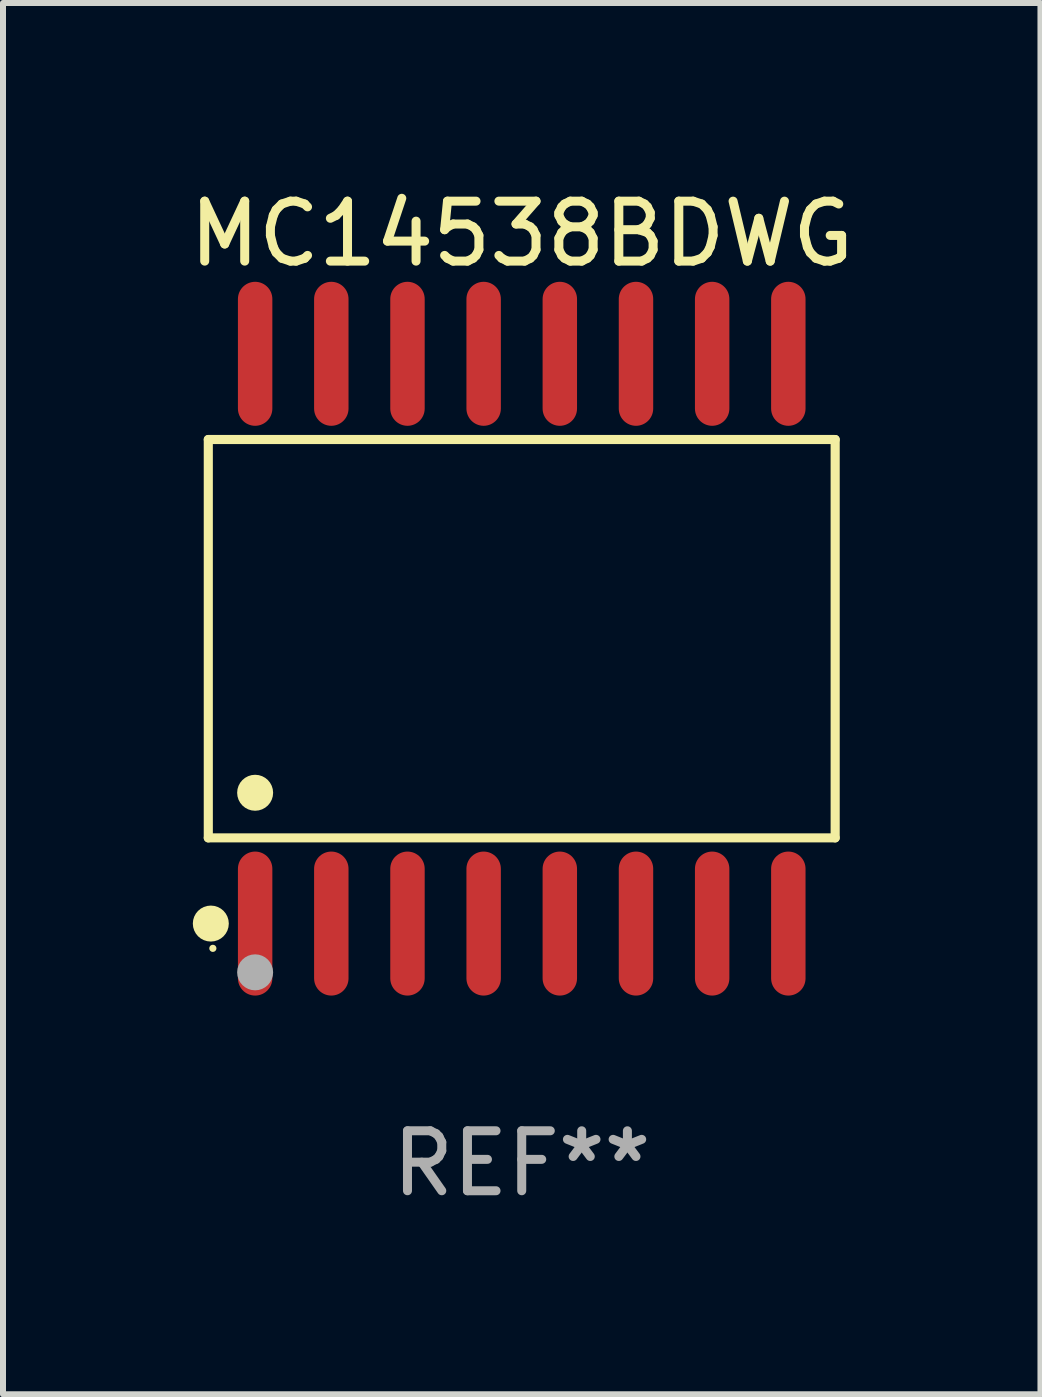
<source format=kicad_pcb>
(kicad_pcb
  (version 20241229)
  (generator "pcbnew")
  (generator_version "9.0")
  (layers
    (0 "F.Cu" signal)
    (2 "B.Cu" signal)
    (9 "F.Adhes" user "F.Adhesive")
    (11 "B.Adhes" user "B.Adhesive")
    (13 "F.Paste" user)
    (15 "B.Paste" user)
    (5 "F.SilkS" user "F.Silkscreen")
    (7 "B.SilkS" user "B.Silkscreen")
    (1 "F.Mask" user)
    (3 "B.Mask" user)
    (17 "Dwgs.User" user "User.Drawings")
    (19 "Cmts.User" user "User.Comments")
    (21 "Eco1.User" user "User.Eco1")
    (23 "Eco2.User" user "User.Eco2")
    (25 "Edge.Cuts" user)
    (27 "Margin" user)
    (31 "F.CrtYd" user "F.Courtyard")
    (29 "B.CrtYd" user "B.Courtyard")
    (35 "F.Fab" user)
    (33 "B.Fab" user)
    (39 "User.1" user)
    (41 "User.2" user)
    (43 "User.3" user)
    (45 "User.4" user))
  (footprint "MC14538BDWG"
    (layer "F.Cu")
    (at 5.649 7.599)
    (property "Reference" "MC14538BDWG" (at 0 -6.75 0) (layer "F.SilkS") (effects (font (size 1 1) (thickness 0.15))))
    (attr through_hole)
    (fp_line (start -5.226 -3.321) (end 5.226 -3.321) (stroke (width 0.152) (type solid)) (layer "F.SilkS"))
    (fp_line (start -5.226 3.321) (end -5.226 -3.321) (stroke (width 0.152) (type solid)) (layer "F.SilkS"))
    (fp_line (start 5.226 -3.321) (end 5.226 3.321) (stroke (width 0.152) (type solid)) (layer "F.SilkS"))
    (fp_line (start 5.226 3.321) (end -5.226 3.321) (stroke (width 0.152) (type solid)) (layer "F.SilkS"))
    (fp_circle (center -5.184 4.75) (end -5.034 4.75) (stroke (width 0.3) (type solid)) (fill no) (layer "F.SilkS"))
    (fp_circle (center -5.15 5.163) (end -5.12 5.163) (stroke (width 0.06) (type solid)) (fill no) (layer "F.SilkS"))
    (fp_circle (center -4.445 2.569) (end -4.295 2.569) (stroke (width 0.3) (type solid)) (fill no) (layer "F.SilkS"))
    (fp_circle (center -4.445 5.563) (end -4.295 5.563) (stroke (width 0.3) (type solid)) (fill no) (layer "F.Fab"))
    (fp_text user "REF**" (at 0 8.75 0) (layer "F.Fab") (effects (font (size 1 1) (thickness 0.15))))
    (pad "1" smd oval (at -4.445 4.75) (size 0.574 2.401) (layers "F.Cu" "F.Mask" "F.Paste"))
    (pad "2" smd oval (at -3.175 4.75) (size 0.574 2.401) (layers "F.Cu" "F.Mask" "F.Paste"))
    (pad "3" smd oval (at -1.905 4.75) (size 0.574 2.401) (layers "F.Cu" "F.Mask" "F.Paste"))
    (pad "4" smd oval (at -0.635 4.75) (size 0.574 2.401) (layers "F.Cu" "F.Mask" "F.Paste"))
    (pad "5" smd oval (at 0.635 4.75) (size 0.574 2.401) (layers "F.Cu" "F.Mask" "F.Paste"))
    (pad "6" smd oval (at 1.905 4.75) (size 0.574 2.401) (layers "F.Cu" "F.Mask" "F.Paste"))
    (pad "7" smd oval (at 3.175 4.75) (size 0.574 2.401) (layers "F.Cu" "F.Mask" "F.Paste"))
    (pad "8" smd oval (at 4.445 4.75) (size 0.574 2.401) (layers "F.Cu" "F.Mask" "F.Paste"))
    (pad "9" smd oval (at 4.445 -4.75) (size 0.574 2.401) (layers "F.Cu" "F.Mask" "F.Paste"))
    (pad "10" smd oval (at 3.175 -4.75) (size 0.574 2.401) (layers "F.Cu" "F.Mask" "F.Paste"))
    (pad "11" smd oval (at 1.905 -4.75) (size 0.574 2.401) (layers "F.Cu" "F.Mask" "F.Paste"))
    (pad "12" smd oval (at 0.635 -4.75) (size 0.574 2.401) (layers "F.Cu" "F.Mask" "F.Paste"))
    (pad "13" smd oval (at -0.635 -4.75) (size 0.574 2.401) (layers "F.Cu" "F.Mask" "F.Paste"))
    (pad "14" smd oval (at -1.905 -4.75) (size 0.574 2.401) (layers "F.Cu" "F.Mask" "F.Paste"))
    (pad "15" smd oval (at -3.175 -4.75) (size 0.574 2.401) (layers "F.Cu" "F.Mask" "F.Paste"))
    (pad "16" smd oval (at -4.445 -4.75) (size 0.574 2.401) (layers "F.Cu" "F.Mask" "F.Paste")))
  (gr_rect
    (start -3 -3)
    (end 14.298 20.197)
    (stroke (width 0.1) (type default))
    (fill no)
    (layer "Edge.Cuts")))
</source>
